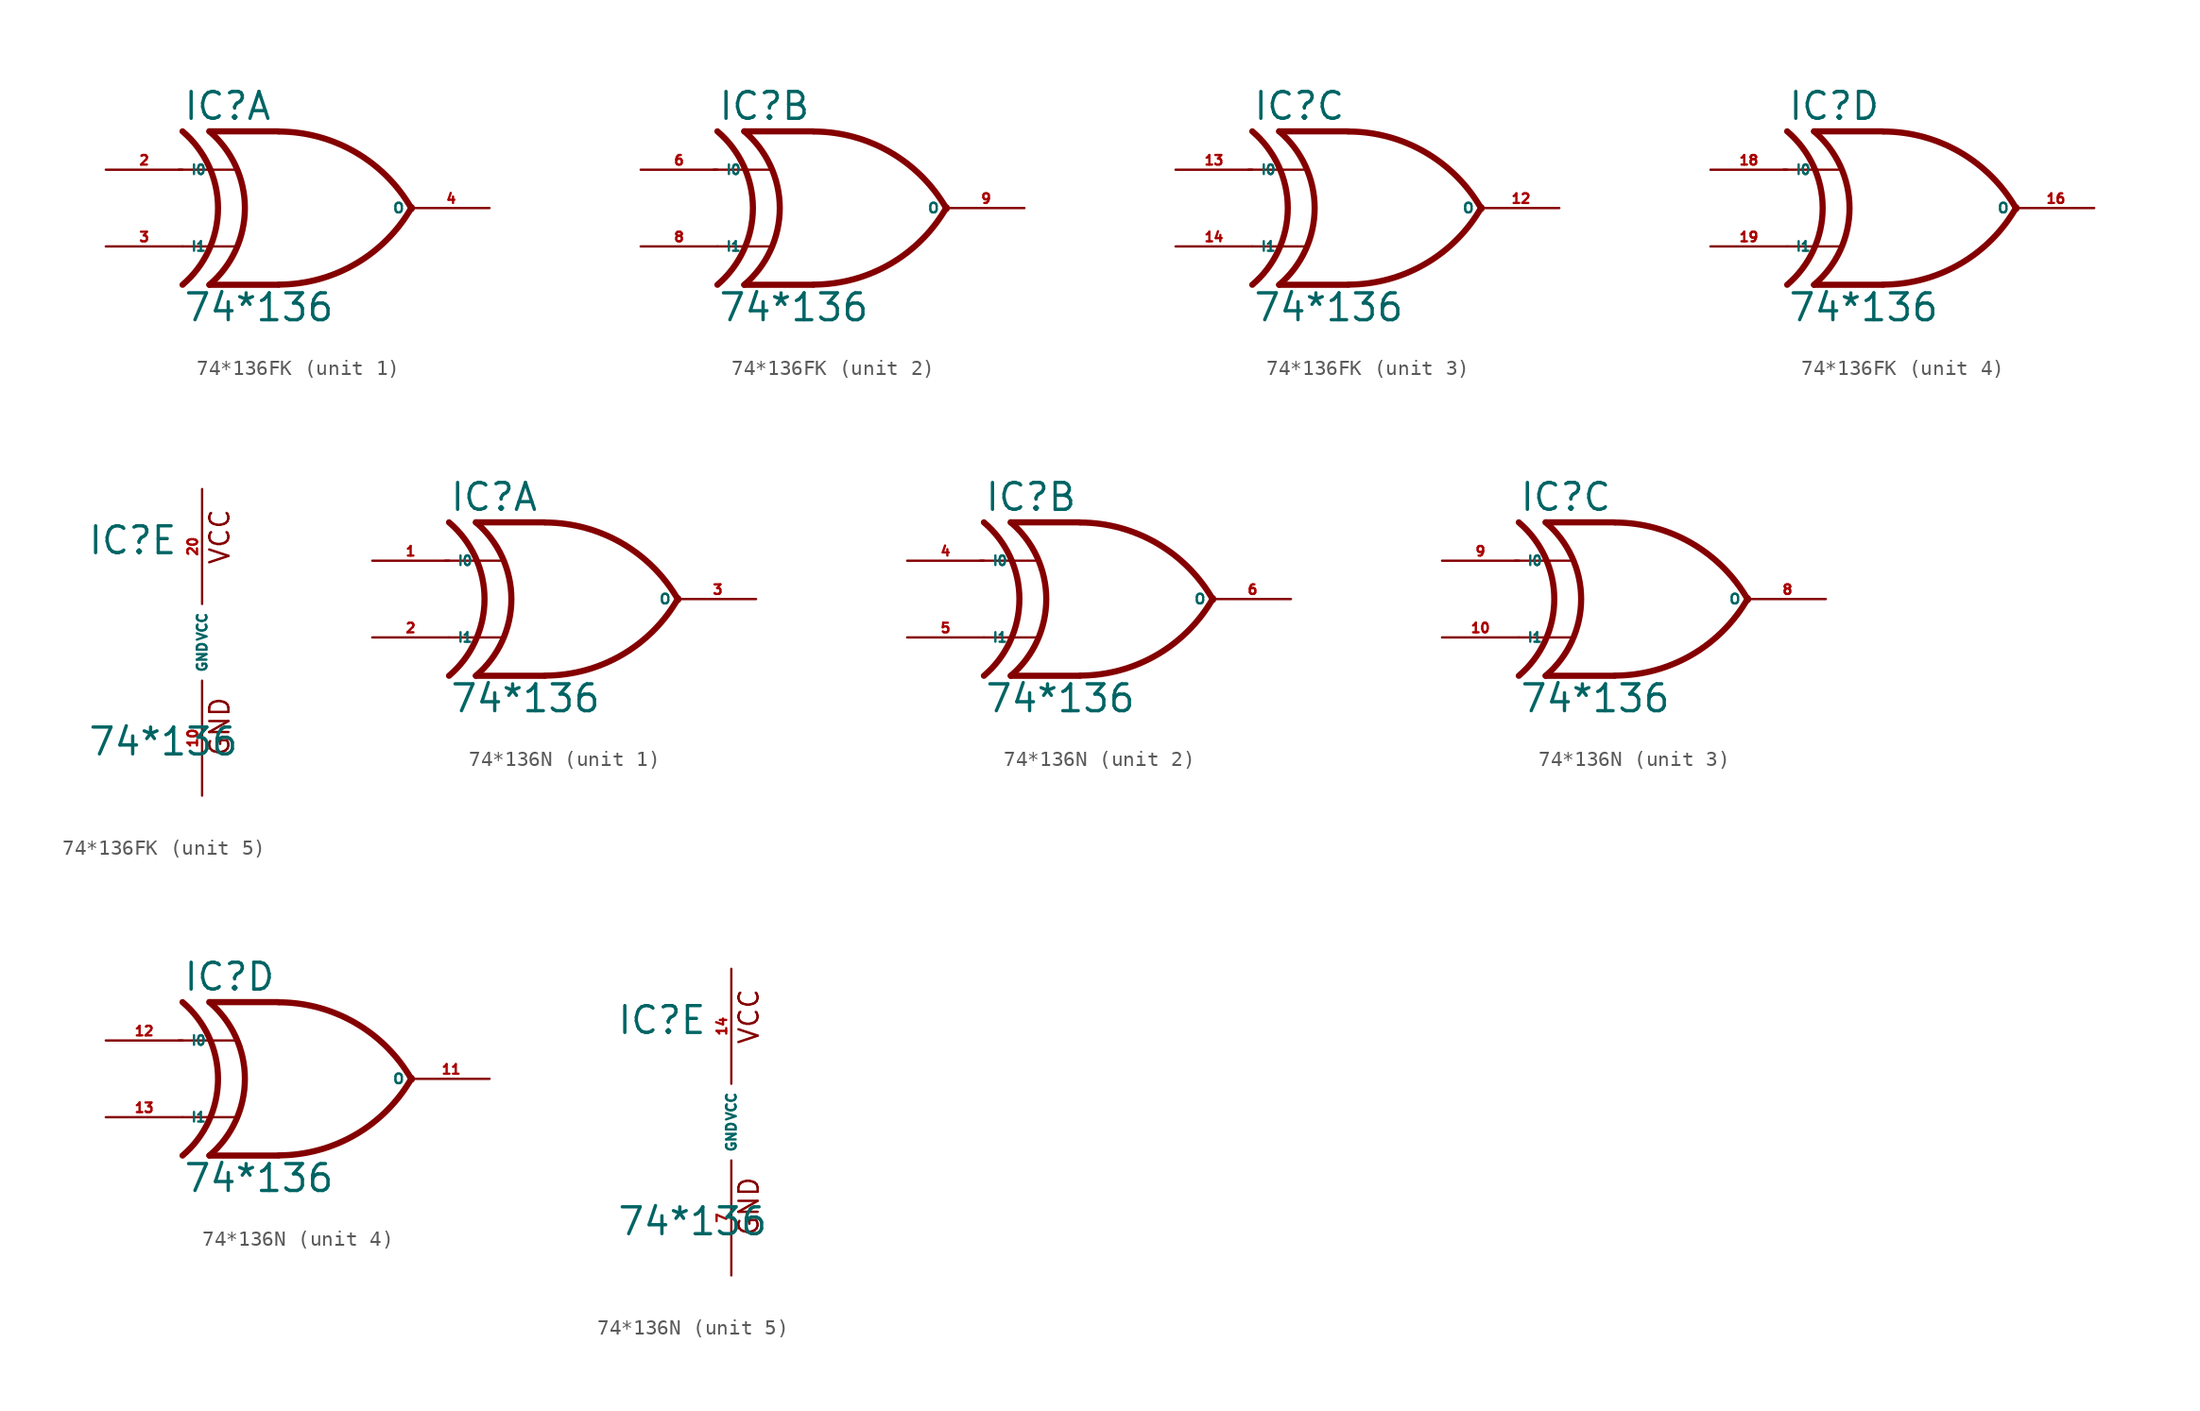
<source format=kicad_sym>
(kicad_symbol_lib
  (version 20220914)
  (generator Eagle2Kicad)
  (symbol "74*136FK"
    (property "Reference" "IC"
      (at -7.62 5.715 0)
      (effects (font (size 1.778 1.778) (thickness 0.22)) (justify left bottom)))
    (property "Value" "74*136"
      (at -7.62 -7.62 0)
      (effects (font (size 1.778 1.778) (thickness 0.22)) (justify left bottom)))
    (symbol "74*136FK_1_0"
      (polyline (pts (xy -1.27 5.08) (xy -5.842 5.08)) (stroke (width 0.406) (type default)) (fill (type none)))
      (polyline (pts (xy -1.27 -5.08) (xy -5.842 -5.08)) (stroke (width 0.406) (type default)) (fill (type none)))
      (polyline (pts (xy -7.874 2.54) (xy -4.064 2.54)) (stroke (width 0.152) (type default)) (fill (type none)))
      (polyline (pts (xy -7.62 -2.54) (xy -4.064 -2.54)) (stroke (width 0.152) (type default)) (fill (type none)))
      (arc (start -1.2446 -5.0678) (mid 3.837 -3.689) (end 7.5439 0.0507) (stroke (width 0.4064) (type default)) (fill (type none)))
      (arc (start 7.5442 -0.0505) (mid 3.837 3.689) (end -1.2446 5.0678) (stroke (width 0.4064) (type default)) (fill (type none)))
      (arc (start -5.842 -5.08) (mid -3.493 0.000) (end -5.842 5.08) (stroke (width 0.4064) (type default)) (fill (type none)))
      (arc (start -7.62 -5.08) (mid -5.271 0.000) (end -7.62 5.08) (stroke (width 0.4064) (type default)) (fill (type none)))
      (pin input line (at -12.7 2.54 0) (length 5.08) (name "I0" (effects (font (size 0.635 0.635) (thickness 0.08)) (justify left bottom))) (number "2" (effects (font (size 0.635 0.635) (thickness 0.08)) (justify left bottom))))
      (pin input line (at -12.7 -2.54 0) (length 5.08) (name "I1" (effects (font (size 0.635 0.635) (thickness 0.08)) (justify left bottom))) (number "3" (effects (font (size 0.635 0.635) (thickness 0.08)) (justify left bottom))))
      (pin open_collector line (at 12.7 0 180) (length 5.08) (name "O" (effects (font (size 0.635 0.635) (thickness 0.08)) (justify left bottom))) (number "4" (effects (font (size 0.635 0.635) (thickness 0.08)) (justify left bottom)))))
    (symbol "74*136FK_2_0"
      (polyline (pts (xy -1.27 5.08) (xy -5.842 5.08)) (stroke (width 0.406) (type default)) (fill (type none)))
      (polyline (pts (xy -1.27 -5.08) (xy -5.842 -5.08)) (stroke (width 0.406) (type default)) (fill (type none)))
      (polyline (pts (xy -7.874 2.54) (xy -4.064 2.54)) (stroke (width 0.152) (type default)) (fill (type none)))
      (polyline (pts (xy -7.62 -2.54) (xy -4.064 -2.54)) (stroke (width 0.152) (type default)) (fill (type none)))
      (arc (start -1.2446 -5.0678) (mid 3.837 -3.689) (end 7.5439 0.0507) (stroke (width 0.4064) (type default)) (fill (type none)))
      (arc (start 7.5442 -0.0505) (mid 3.837 3.689) (end -1.2446 5.0678) (stroke (width 0.4064) (type default)) (fill (type none)))
      (arc (start -5.842 -5.08) (mid -3.493 0.000) (end -5.842 5.08) (stroke (width 0.4064) (type default)) (fill (type none)))
      (arc (start -7.62 -5.08) (mid -5.271 0.000) (end -7.62 5.08) (stroke (width 0.4064) (type default)) (fill (type none)))
      (pin input line (at -12.7 2.54 0) (length 5.08) (name "I0" (effects (font (size 0.635 0.635) (thickness 0.08)) (justify left bottom))) (number "6" (effects (font (size 0.635 0.635) (thickness 0.08)) (justify left bottom))))
      (pin input line (at -12.7 -2.54 0) (length 5.08) (name "I1" (effects (font (size 0.635 0.635) (thickness 0.08)) (justify left bottom))) (number "8" (effects (font (size 0.635 0.635) (thickness 0.08)) (justify left bottom))))
      (pin open_collector line (at 12.7 0 180) (length 5.08) (name "O" (effects (font (size 0.635 0.635) (thickness 0.08)) (justify left bottom))) (number "9" (effects (font (size 0.635 0.635) (thickness 0.08)) (justify left bottom)))))
    (symbol "74*136FK_3_0"
      (polyline (pts (xy -1.27 5.08) (xy -5.842 5.08)) (stroke (width 0.406) (type default)) (fill (type none)))
      (polyline (pts (xy -1.27 -5.08) (xy -5.842 -5.08)) (stroke (width 0.406) (type default)) (fill (type none)))
      (polyline (pts (xy -7.874 2.54) (xy -4.064 2.54)) (stroke (width 0.152) (type default)) (fill (type none)))
      (polyline (pts (xy -7.62 -2.54) (xy -4.064 -2.54)) (stroke (width 0.152) (type default)) (fill (type none)))
      (arc (start -1.2446 -5.0678) (mid 3.837 -3.689) (end 7.5439 0.0507) (stroke (width 0.4064) (type default)) (fill (type none)))
      (arc (start 7.5442 -0.0505) (mid 3.837 3.689) (end -1.2446 5.0678) (stroke (width 0.4064) (type default)) (fill (type none)))
      (arc (start -5.842 -5.08) (mid -3.493 0.000) (end -5.842 5.08) (stroke (width 0.4064) (type default)) (fill (type none)))
      (arc (start -7.62 -5.08) (mid -5.271 0.000) (end -7.62 5.08) (stroke (width 0.4064) (type default)) (fill (type none)))
      (pin input line (at -12.7 2.54 0) (length 5.08) (name "I0" (effects (font (size 0.635 0.635) (thickness 0.08)) (justify left bottom))) (number "13" (effects (font (size 0.635 0.635) (thickness 0.08)) (justify left bottom))))
      (pin input line (at -12.7 -2.54 0) (length 5.08) (name "I1" (effects (font (size 0.635 0.635) (thickness 0.08)) (justify left bottom))) (number "14" (effects (font (size 0.635 0.635) (thickness 0.08)) (justify left bottom))))
      (pin open_collector line (at 12.7 0 180) (length 5.08) (name "O" (effects (font (size 0.635 0.635) (thickness 0.08)) (justify left bottom))) (number "12" (effects (font (size 0.635 0.635) (thickness 0.08)) (justify left bottom)))))
    (symbol "74*136FK_4_0"
      (polyline (pts (xy -1.27 5.08) (xy -5.842 5.08)) (stroke (width 0.406) (type default)) (fill (type none)))
      (polyline (pts (xy -1.27 -5.08) (xy -5.842 -5.08)) (stroke (width 0.406) (type default)) (fill (type none)))
      (polyline (pts (xy -7.874 2.54) (xy -4.064 2.54)) (stroke (width 0.152) (type default)) (fill (type none)))
      (polyline (pts (xy -7.62 -2.54) (xy -4.064 -2.54)) (stroke (width 0.152) (type default)) (fill (type none)))
      (arc (start -1.2446 -5.0678) (mid 3.837 -3.689) (end 7.5439 0.0507) (stroke (width 0.4064) (type default)) (fill (type none)))
      (arc (start 7.5442 -0.0505) (mid 3.837 3.689) (end -1.2446 5.0678) (stroke (width 0.4064) (type default)) (fill (type none)))
      (arc (start -5.842 -5.08) (mid -3.493 0.000) (end -5.842 5.08) (stroke (width 0.4064) (type default)) (fill (type none)))
      (arc (start -7.62 -5.08) (mid -5.271 0.000) (end -7.62 5.08) (stroke (width 0.4064) (type default)) (fill (type none)))
      (pin input line (at -12.7 2.54 0) (length 5.08) (name "I0" (effects (font (size 0.635 0.635) (thickness 0.08)) (justify left bottom))) (number "18" (effects (font (size 0.635 0.635) (thickness 0.08)) (justify left bottom))))
      (pin input line (at -12.7 -2.54 0) (length 5.08) (name "I1" (effects (font (size 0.635 0.635) (thickness 0.08)) (justify left bottom))) (number "19" (effects (font (size 0.635 0.635) (thickness 0.08)) (justify left bottom))))
      (pin open_collector line (at 12.7 0 180) (length 5.08) (name "O" (effects (font (size 0.635 0.635) (thickness 0.08)) (justify left bottom))) (number "16" (effects (font (size 0.635 0.635) (thickness 0.08)) (justify left bottom)))))
    (symbol "74*136FK_5_0"
      (text "GND" (at 1.905 -7.62 900) (effects (font (size 1.27 1.27) (thickness 0.16)) (justify left bottom)))
      (text "VCC" (at 1.905 5.08 900) (effects (font (size 1.27 1.27) (thickness 0.16)) (justify left bottom)))
      (pin unspecified line (at 0 -10.16 90) (length 7.62) (name "GND" (effects (font (size 0.635 0.635) (thickness 0.08)) (justify left bottom))) (number "10" (effects (font (size 0.635 0.635) (thickness 0.08)) (justify left bottom))))
      (pin unspecified line (at 0 10.16 270) (length 7.62) (name "VCC" (effects (font (size 0.635 0.635) (thickness 0.08)) (justify left bottom))) (number "20" (effects (font (size 0.635 0.635) (thickness 0.08)) (justify left bottom))))))
  (symbol "74*136N"
    (property "Reference" "IC"
      (at -7.62 5.715 0)
      (effects (font (size 1.778 1.778) (thickness 0.22)) (justify left bottom)))
    (property "Value" "74*136"
      (at -7.62 -7.62 0)
      (effects (font (size 1.778 1.778) (thickness 0.22)) (justify left bottom)))
    (symbol "74*136N_1_0"
      (polyline (pts (xy -1.27 5.08) (xy -5.842 5.08)) (stroke (width 0.406) (type default)) (fill (type none)))
      (polyline (pts (xy -1.27 -5.08) (xy -5.842 -5.08)) (stroke (width 0.406) (type default)) (fill (type none)))
      (polyline (pts (xy -7.874 2.54) (xy -4.064 2.54)) (stroke (width 0.152) (type default)) (fill (type none)))
      (polyline (pts (xy -7.62 -2.54) (xy -4.064 -2.54)) (stroke (width 0.152) (type default)) (fill (type none)))
      (arc (start -1.2446 -5.0678) (mid 3.837 -3.689) (end 7.5439 0.0507) (stroke (width 0.4064) (type default)) (fill (type none)))
      (arc (start 7.5442 -0.0505) (mid 3.837 3.689) (end -1.2446 5.0678) (stroke (width 0.4064) (type default)) (fill (type none)))
      (arc (start -5.842 -5.08) (mid -3.493 0.000) (end -5.842 5.08) (stroke (width 0.4064) (type default)) (fill (type none)))
      (arc (start -7.62 -5.08) (mid -5.271 0.000) (end -7.62 5.08) (stroke (width 0.4064) (type default)) (fill (type none)))
      (pin input line (at -12.7 2.54 0) (length 5.08) (name "I0" (effects (font (size 0.635 0.635) (thickness 0.08)) (justify left bottom))) (number "1" (effects (font (size 0.635 0.635) (thickness 0.08)) (justify left bottom))))
      (pin input line (at -12.7 -2.54 0) (length 5.08) (name "I1" (effects (font (size 0.635 0.635) (thickness 0.08)) (justify left bottom))) (number "2" (effects (font (size 0.635 0.635) (thickness 0.08)) (justify left bottom))))
      (pin open_collector line (at 12.7 0 180) (length 5.08) (name "O" (effects (font (size 0.635 0.635) (thickness 0.08)) (justify left bottom))) (number "3" (effects (font (size 0.635 0.635) (thickness 0.08)) (justify left bottom)))))
    (symbol "74*136N_2_0"
      (polyline (pts (xy -1.27 5.08) (xy -5.842 5.08)) (stroke (width 0.406) (type default)) (fill (type none)))
      (polyline (pts (xy -1.27 -5.08) (xy -5.842 -5.08)) (stroke (width 0.406) (type default)) (fill (type none)))
      (polyline (pts (xy -7.874 2.54) (xy -4.064 2.54)) (stroke (width 0.152) (type default)) (fill (type none)))
      (polyline (pts (xy -7.62 -2.54) (xy -4.064 -2.54)) (stroke (width 0.152) (type default)) (fill (type none)))
      (arc (start -1.2446 -5.0678) (mid 3.837 -3.689) (end 7.5439 0.0507) (stroke (width 0.4064) (type default)) (fill (type none)))
      (arc (start 7.5442 -0.0505) (mid 3.837 3.689) (end -1.2446 5.0678) (stroke (width 0.4064) (type default)) (fill (type none)))
      (arc (start -5.842 -5.08) (mid -3.493 0.000) (end -5.842 5.08) (stroke (width 0.4064) (type default)) (fill (type none)))
      (arc (start -7.62 -5.08) (mid -5.271 0.000) (end -7.62 5.08) (stroke (width 0.4064) (type default)) (fill (type none)))
      (pin input line (at -12.7 2.54 0) (length 5.08) (name "I0" (effects (font (size 0.635 0.635) (thickness 0.08)) (justify left bottom))) (number "4" (effects (font (size 0.635 0.635) (thickness 0.08)) (justify left bottom))))
      (pin input line (at -12.7 -2.54 0) (length 5.08) (name "I1" (effects (font (size 0.635 0.635) (thickness 0.08)) (justify left bottom))) (number "5" (effects (font (size 0.635 0.635) (thickness 0.08)) (justify left bottom))))
      (pin open_collector line (at 12.7 0 180) (length 5.08) (name "O" (effects (font (size 0.635 0.635) (thickness 0.08)) (justify left bottom))) (number "6" (effects (font (size 0.635 0.635) (thickness 0.08)) (justify left bottom)))))
    (symbol "74*136N_3_0"
      (polyline (pts (xy -1.27 5.08) (xy -5.842 5.08)) (stroke (width 0.406) (type default)) (fill (type none)))
      (polyline (pts (xy -1.27 -5.08) (xy -5.842 -5.08)) (stroke (width 0.406) (type default)) (fill (type none)))
      (polyline (pts (xy -7.874 2.54) (xy -4.064 2.54)) (stroke (width 0.152) (type default)) (fill (type none)))
      (polyline (pts (xy -7.62 -2.54) (xy -4.064 -2.54)) (stroke (width 0.152) (type default)) (fill (type none)))
      (arc (start -1.2446 -5.0678) (mid 3.837 -3.689) (end 7.5439 0.0507) (stroke (width 0.4064) (type default)) (fill (type none)))
      (arc (start 7.5442 -0.0505) (mid 3.837 3.689) (end -1.2446 5.0678) (stroke (width 0.4064) (type default)) (fill (type none)))
      (arc (start -5.842 -5.08) (mid -3.493 0.000) (end -5.842 5.08) (stroke (width 0.4064) (type default)) (fill (type none)))
      (arc (start -7.62 -5.08) (mid -5.271 0.000) (end -7.62 5.08) (stroke (width 0.4064) (type default)) (fill (type none)))
      (pin input line (at -12.7 2.54 0) (length 5.08) (name "I0" (effects (font (size 0.635 0.635) (thickness 0.08)) (justify left bottom))) (number "9" (effects (font (size 0.635 0.635) (thickness 0.08)) (justify left bottom))))
      (pin input line (at -12.7 -2.54 0) (length 5.08) (name "I1" (effects (font (size 0.635 0.635) (thickness 0.08)) (justify left bottom))) (number "10" (effects (font (size 0.635 0.635) (thickness 0.08)) (justify left bottom))))
      (pin open_collector line (at 12.7 0 180) (length 5.08) (name "O" (effects (font (size 0.635 0.635) (thickness 0.08)) (justify left bottom))) (number "8" (effects (font (size 0.635 0.635) (thickness 0.08)) (justify left bottom)))))
    (symbol "74*136N_4_0"
      (polyline (pts (xy -1.27 5.08) (xy -5.842 5.08)) (stroke (width 0.406) (type default)) (fill (type none)))
      (polyline (pts (xy -1.27 -5.08) (xy -5.842 -5.08)) (stroke (width 0.406) (type default)) (fill (type none)))
      (polyline (pts (xy -7.874 2.54) (xy -4.064 2.54)) (stroke (width 0.152) (type default)) (fill (type none)))
      (polyline (pts (xy -7.62 -2.54) (xy -4.064 -2.54)) (stroke (width 0.152) (type default)) (fill (type none)))
      (arc (start -1.2446 -5.0678) (mid 3.837 -3.689) (end 7.5439 0.0507) (stroke (width 0.4064) (type default)) (fill (type none)))
      (arc (start 7.5442 -0.0505) (mid 3.837 3.689) (end -1.2446 5.0678) (stroke (width 0.4064) (type default)) (fill (type none)))
      (arc (start -5.842 -5.08) (mid -3.493 0.000) (end -5.842 5.08) (stroke (width 0.4064) (type default)) (fill (type none)))
      (arc (start -7.62 -5.08) (mid -5.271 0.000) (end -7.62 5.08) (stroke (width 0.4064) (type default)) (fill (type none)))
      (pin input line (at -12.7 2.54 0) (length 5.08) (name "I0" (effects (font (size 0.635 0.635) (thickness 0.08)) (justify left bottom))) (number "12" (effects (font (size 0.635 0.635) (thickness 0.08)) (justify left bottom))))
      (pin input line (at -12.7 -2.54 0) (length 5.08) (name "I1" (effects (font (size 0.635 0.635) (thickness 0.08)) (justify left bottom))) (number "13" (effects (font (size 0.635 0.635) (thickness 0.08)) (justify left bottom))))
      (pin open_collector line (at 12.7 0 180) (length 5.08) (name "O" (effects (font (size 0.635 0.635) (thickness 0.08)) (justify left bottom))) (number "11" (effects (font (size 0.635 0.635) (thickness 0.08)) (justify left bottom)))))
    (symbol "74*136N_5_0"
      (text "GND" (at 1.905 -7.62 900) (effects (font (size 1.27 1.27) (thickness 0.16)) (justify left bottom)))
      (text "VCC" (at 1.905 5.08 900) (effects (font (size 1.27 1.27) (thickness 0.16)) (justify left bottom)))
      (pin unspecified line (at 0 -10.16 90) (length 7.62) (name "GND" (effects (font (size 0.635 0.635) (thickness 0.08)) (justify left bottom))) (number "7" (effects (font (size 0.635 0.635) (thickness 0.08)) (justify left bottom))))
      (pin unspecified line (at 0 10.16 270) (length 7.62) (name "VCC" (effects (font (size 0.635 0.635) (thickness 0.08)) (justify left bottom))) (number "14" (effects (font (size 0.635 0.635) (thickness 0.08)) (justify left bottom)))))))
</source>
